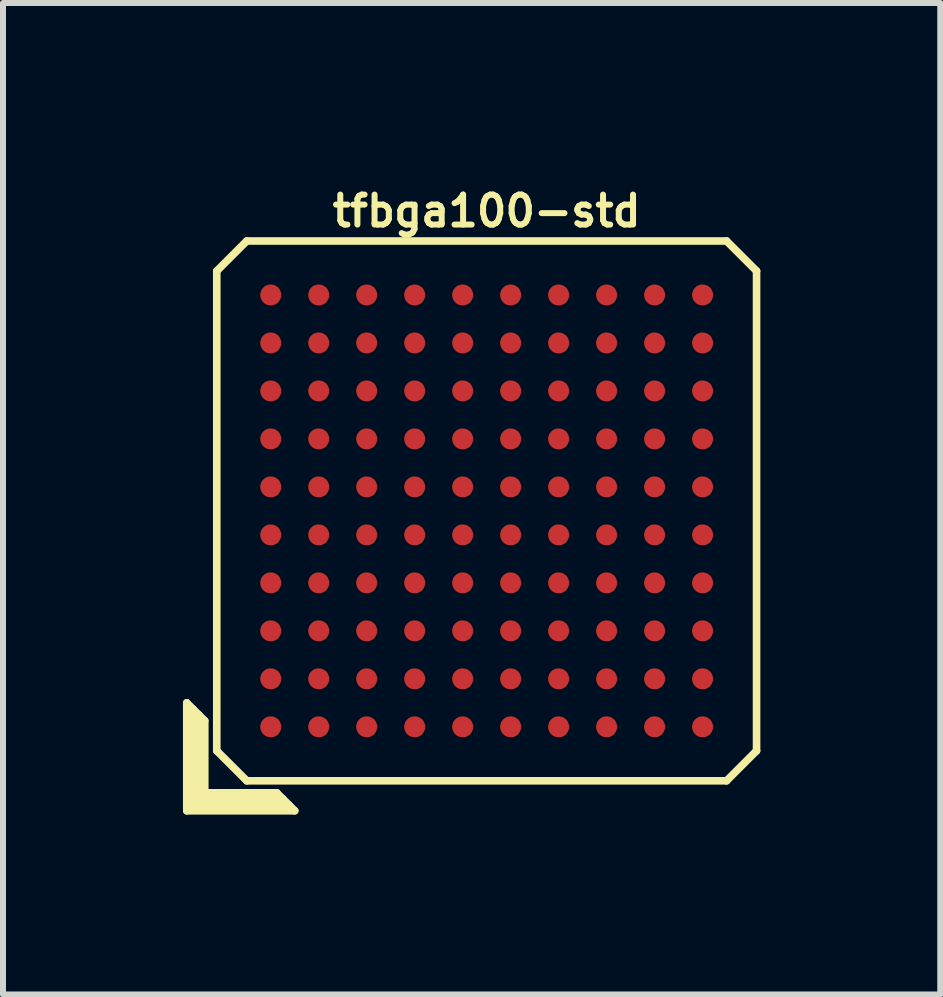
<source format=kicad_pcb>
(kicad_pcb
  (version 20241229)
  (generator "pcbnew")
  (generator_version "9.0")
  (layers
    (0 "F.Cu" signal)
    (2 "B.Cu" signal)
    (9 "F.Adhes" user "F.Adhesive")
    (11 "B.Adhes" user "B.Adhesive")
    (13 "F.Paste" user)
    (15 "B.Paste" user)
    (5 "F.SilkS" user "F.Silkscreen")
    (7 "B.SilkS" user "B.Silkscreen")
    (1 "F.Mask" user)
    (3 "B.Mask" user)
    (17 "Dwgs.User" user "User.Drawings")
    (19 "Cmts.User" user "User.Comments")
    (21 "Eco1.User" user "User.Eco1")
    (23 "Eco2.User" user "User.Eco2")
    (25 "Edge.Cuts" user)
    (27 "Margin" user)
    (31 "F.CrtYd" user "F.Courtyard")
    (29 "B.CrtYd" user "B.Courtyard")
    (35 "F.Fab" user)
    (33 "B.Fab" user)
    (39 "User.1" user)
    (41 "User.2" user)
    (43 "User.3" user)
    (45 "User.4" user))
  (footprint "tfbga100-std"
    (layer "F.Cu")
    (at 5.064 5.468)
    (property "Reference" "tfbga100-std" (at 0 -5 0) (layer "F.SilkS") (effects (font (size 0.5 0.5) (thickness 0.1))))
    (attr through_hole)
    (fp_line (start -5 3.2) (end -4.7 3.5) (stroke (width 0.127) (type solid)) (layer "F.SilkS"))
    (fp_line (start -5 5) (end -5 3.2) (stroke (width 0.127) (type solid)) (layer "F.SilkS"))
    (fp_line (start -4.9 4.9) (end -4.9 3.3) (stroke (width 0.127) (type solid)) (layer "F.SilkS"))
    (fp_line (start -4.8 3.4) (end -4.8 4.8) (stroke (width 0.127) (type solid)) (layer "F.SilkS"))
    (fp_line (start -4.8 4.8) (end -3.4 4.8) (stroke (width 0.127) (type solid)) (layer "F.SilkS"))
    (fp_line (start -4.7 3.5) (end -4.7 4.7) (stroke (width 0.127) (type solid)) (layer "F.SilkS"))
    (fp_line (start -4.7 4.7) (end -3.5 4.7) (stroke (width 0.127) (type solid)) (layer "F.SilkS"))
    (fp_line (start -4.5 -4) (end -4 -4.5) (stroke (width 0.127) (type solid)) (layer "F.SilkS"))
    (fp_line (start -4.5 4) (end -4.5 -4) (stroke (width 0.127) (type solid)) (layer "F.SilkS"))
    (fp_line (start -4 -4.5) (end 4 -4.5) (stroke (width 0.127) (type solid)) (layer "F.SilkS"))
    (fp_line (start -4 4.5) (end -4.5 4) (stroke (width 0.127) (type solid)) (layer "F.SilkS"))
    (fp_line (start -3.5 4.7) (end -3.2 5) (stroke (width 0.127) (type solid)) (layer "F.SilkS"))
    (fp_line (start -3.3 4.9) (end -4.9 4.9) (stroke (width 0.127) (type solid)) (layer "F.SilkS"))
    (fp_line (start -3.2 5) (end -5 5) (stroke (width 0.127) (type solid)) (layer "F.SilkS"))
    (fp_line (start 4 -4.5) (end 4.5 -4) (stroke (width 0.127) (type solid)) (layer "F.SilkS"))
    (fp_line (start 4 4.5) (end -4 4.5) (stroke (width 0.127) (type solid)) (layer "F.SilkS"))
    (fp_line (start 4.5 -4) (end 4.5 4) (stroke (width 0.127) (type solid)) (layer "F.SilkS"))
    (fp_line (start 4.5 4) (end 4 4.5) (stroke (width 0.127) (type solid)) (layer "F.SilkS"))
    (pad "A1" smd circle (at -3.6 3.6) (size 0.35 0.35) (layers "F.Cu" "F.Mask" "F.Paste"))
    (pad "A2" smd circle (at -3.6 2.8) (size 0.35 0.35) (layers "F.Cu" "F.Mask" "F.Paste"))
    (pad "A3" smd circle (at -3.6 2) (size 0.35 0.35) (layers "F.Cu" "F.Mask" "F.Paste"))
    (pad "A4" smd circle (at -3.6 1.2) (size 0.35 0.35) (layers "F.Cu" "F.Mask" "F.Paste"))
    (pad "A5" smd circle (at -3.6 0.4) (size 0.35 0.35) (layers "F.Cu" "F.Mask" "F.Paste"))
    (pad "A6" smd circle (at -3.6 -0.4) (size 0.35 0.35) (layers "F.Cu" "F.Mask" "F.Paste"))
    (pad "A7" smd circle (at -3.6 -1.2) (size 0.35 0.35) (layers "F.Cu" "F.Mask" "F.Paste"))
    (pad "A8" smd circle (at -3.6 -2) (size 0.35 0.35) (layers "F.Cu" "F.Mask" "F.Paste"))
    (pad "A9" smd circle (at -3.6 -2.8) (size 0.35 0.35) (layers "F.Cu" "F.Mask" "F.Paste"))
    (pad "A10" smd circle (at -3.6 -3.6) (size 0.35 0.35) (layers "F.Cu" "F.Mask" "F.Paste"))
    (pad "B1" smd circle (at -2.8 3.6) (size 0.35 0.35) (layers "F.Cu" "F.Mask" "F.Paste"))
    (pad "B2" smd circle (at -2.8 2.8) (size 0.35 0.35) (layers "F.Cu" "F.Mask" "F.Paste"))
    (pad "B3" smd circle (at -2.8 2) (size 0.35 0.35) (layers "F.Cu" "F.Mask" "F.Paste"))
    (pad "B4" smd circle (at -2.8 1.2) (size 0.35 0.35) (layers "F.Cu" "F.Mask" "F.Paste"))
    (pad "B5" smd circle (at -2.8 0.4) (size 0.35 0.35) (layers "F.Cu" "F.Mask" "F.Paste"))
    (pad "B6" smd circle (at -2.8 -0.4) (size 0.35 0.35) (layers "F.Cu" "F.Mask" "F.Paste"))
    (pad "B7" smd circle (at -2.8 -1.2) (size 0.35 0.35) (layers "F.Cu" "F.Mask" "F.Paste"))
    (pad "B8" smd circle (at -2.8 -2) (size 0.35 0.35) (layers "F.Cu" "F.Mask" "F.Paste"))
    (pad "B9" smd circle (at -2.8 -2.8) (size 0.35 0.35) (layers "F.Cu" "F.Mask" "F.Paste"))
    (pad "B10" smd circle (at -2.8 -3.6) (size 0.35 0.35) (layers "F.Cu" "F.Mask" "F.Paste"))
    (pad "C1" smd circle (at -2 3.6) (size 0.35 0.35) (layers "F.Cu" "F.Mask" "F.Paste"))
    (pad "C2" smd circle (at -2 2.8) (size 0.35 0.35) (layers "F.Cu" "F.Mask" "F.Paste"))
    (pad "C3" smd circle (at -2 2) (size 0.35 0.35) (layers "F.Cu" "F.Mask" "F.Paste"))
    (pad "C4" smd circle (at -2 1.2) (size 0.35 0.35) (layers "F.Cu" "F.Mask" "F.Paste"))
    (pad "C5" smd circle (at -2 0.4) (size 0.35 0.35) (layers "F.Cu" "F.Mask" "F.Paste"))
    (pad "C6" smd circle (at -2 -0.4) (size 0.35 0.35) (layers "F.Cu" "F.Mask" "F.Paste"))
    (pad "C7" smd circle (at -2 -1.2) (size 0.35 0.35) (layers "F.Cu" "F.Mask" "F.Paste"))
    (pad "C8" smd circle (at -2 -2) (size 0.35 0.35) (layers "F.Cu" "F.Mask" "F.Paste"))
    (pad "C9" smd circle (at -2 -2.8) (size 0.35 0.35) (layers "F.Cu" "F.Mask" "F.Paste"))
    (pad "C10" smd circle (at -2 -3.6) (size 0.35 0.35) (layers "F.Cu" "F.Mask" "F.Paste"))
    (pad "D1" smd circle (at -1.2 3.6) (size 0.35 0.35) (layers "F.Cu" "F.Mask" "F.Paste"))
    (pad "D2" smd circle (at -1.2 2.8) (size 0.35 0.35) (layers "F.Cu" "F.Mask" "F.Paste"))
    (pad "D3" smd circle (at -1.2 2) (size 0.35 0.35) (layers "F.Cu" "F.Mask" "F.Paste"))
    (pad "D4" smd circle (at -1.2 1.2) (size 0.35 0.35) (layers "F.Cu" "F.Mask" "F.Paste"))
    (pad "D5" smd circle (at -1.2 0.4) (size 0.35 0.35) (layers "F.Cu" "F.Mask" "F.Paste"))
    (pad "D6" smd circle (at -1.2 -0.4) (size 0.35 0.35) (layers "F.Cu" "F.Mask" "F.Paste"))
    (pad "D7" smd circle (at -1.2 -1.2) (size 0.35 0.35) (layers "F.Cu" "F.Mask" "F.Paste"))
    (pad "D8" smd circle (at -1.2 -2) (size 0.35 0.35) (layers "F.Cu" "F.Mask" "F.Paste"))
    (pad "D9" smd circle (at -1.2 -2.8) (size 0.35 0.35) (layers "F.Cu" "F.Mask" "F.Paste"))
    (pad "D10" smd circle (at -1.2 -3.6) (size 0.35 0.35) (layers "F.Cu" "F.Mask" "F.Paste"))
    (pad "E1" smd circle (at -0.4 3.6) (size 0.35 0.35) (layers "F.Cu" "F.Mask" "F.Paste"))
    (pad "E2" smd circle (at -0.4 2.8) (size 0.35 0.35) (layers "F.Cu" "F.Mask" "F.Paste"))
    (pad "E3" smd circle (at -0.4 2) (size 0.35 0.35) (layers "F.Cu" "F.Mask" "F.Paste"))
    (pad "E4" smd circle (at -0.4 1.2) (size 0.35 0.35) (layers "F.Cu" "F.Mask" "F.Paste"))
    (pad "E5" smd circle (at -0.4 0.4) (size 0.35 0.35) (layers "F.Cu" "F.Mask" "F.Paste"))
    (pad "E6" smd circle (at -0.4 -0.4) (size 0.35 0.35) (layers "F.Cu" "F.Mask" "F.Paste"))
    (pad "E7" smd circle (at -0.4 -1.2) (size 0.35 0.35) (layers "F.Cu" "F.Mask" "F.Paste"))
    (pad "E8" smd circle (at -0.4 -2) (size 0.35 0.35) (layers "F.Cu" "F.Mask" "F.Paste"))
    (pad "E9" smd circle (at -0.4 -2.8) (size 0.35 0.35) (layers "F.Cu" "F.Mask" "F.Paste"))
    (pad "E10" smd circle (at -0.4 -3.6) (size 0.35 0.35) (layers "F.Cu" "F.Mask" "F.Paste"))
    (pad "F1" smd circle (at 0.4 3.6) (size 0.35 0.35) (layers "F.Cu" "F.Mask" "F.Paste"))
    (pad "F2" smd circle (at 0.4 2.8) (size 0.35 0.35) (layers "F.Cu" "F.Mask" "F.Paste"))
    (pad "F3" smd circle (at 0.4 2) (size 0.35 0.35) (layers "F.Cu" "F.Mask" "F.Paste"))
    (pad "F4" smd circle (at 0.4 1.2) (size 0.35 0.35) (layers "F.Cu" "F.Mask" "F.Paste"))
    (pad "F5" smd circle (at 0.4 0.4) (size 0.35 0.35) (layers "F.Cu" "F.Mask" "F.Paste"))
    (pad "F6" smd circle (at 0.4 -0.4) (size 0.35 0.35) (layers "F.Cu" "F.Mask" "F.Paste"))
    (pad "F7" smd circle (at 0.4 -1.2) (size 0.35 0.35) (layers "F.Cu" "F.Mask" "F.Paste"))
    (pad "F8" smd circle (at 0.4 -2) (size 0.35 0.35) (layers "F.Cu" "F.Mask" "F.Paste"))
    (pad "F9" smd circle (at 0.4 -2.8) (size 0.35 0.35) (layers "F.Cu" "F.Mask" "F.Paste"))
    (pad "F10" smd circle (at 0.4 -3.6) (size 0.35 0.35) (layers "F.Cu" "F.Mask" "F.Paste"))
    (pad "G1" smd circle (at 1.2 3.6) (size 0.35 0.35) (layers "F.Cu" "F.Mask" "F.Paste"))
    (pad "G2" smd circle (at 1.2 2.8) (size 0.35 0.35) (layers "F.Cu" "F.Mask" "F.Paste"))
    (pad "G3" smd circle (at 1.2 2) (size 0.35 0.35) (layers "F.Cu" "F.Mask" "F.Paste"))
    (pad "G4" smd circle (at 1.2 1.2) (size 0.35 0.35) (layers "F.Cu" "F.Mask" "F.Paste"))
    (pad "G5" smd circle (at 1.2 0.4) (size 0.35 0.35) (layers "F.Cu" "F.Mask" "F.Paste"))
    (pad "G6" smd circle (at 1.2 -0.4) (size 0.35 0.35) (layers "F.Cu" "F.Mask" "F.Paste"))
    (pad "G7" smd circle (at 1.2 -1.2) (size 0.35 0.35) (layers "F.Cu" "F.Mask" "F.Paste"))
    (pad "G8" smd circle (at 1.2 -2) (size 0.35 0.35) (layers "F.Cu" "F.Mask" "F.Paste"))
    (pad "G9" smd circle (at 1.2 -2.8) (size 0.35 0.35) (layers "F.Cu" "F.Mask" "F.Paste"))
    (pad "G10" smd circle (at 1.2 -3.6) (size 0.35 0.35) (layers "F.Cu" "F.Mask" "F.Paste"))
    (pad "H1" smd circle (at 2 3.6) (size 0.35 0.35) (layers "F.Cu" "F.Mask" "F.Paste"))
    (pad "H2" smd circle (at 2 2.8) (size 0.35 0.35) (layers "F.Cu" "F.Mask" "F.Paste"))
    (pad "H3" smd circle (at 2 2) (size 0.35 0.35) (layers "F.Cu" "F.Mask" "F.Paste"))
    (pad "H4" smd circle (at 2 1.2) (size 0.35 0.35) (layers "F.Cu" "F.Mask" "F.Paste"))
    (pad "H5" smd circle (at 2 0.4) (size 0.35 0.35) (layers "F.Cu" "F.Mask" "F.Paste"))
    (pad "H6" smd circle (at 2 -0.4) (size 0.35 0.35) (layers "F.Cu" "F.Mask" "F.Paste"))
    (pad "H7" smd circle (at 2 -1.2) (size 0.35 0.35) (layers "F.Cu" "F.Mask" "F.Paste"))
    (pad "H8" smd circle (at 2 -2) (size 0.35 0.35) (layers "F.Cu" "F.Mask" "F.Paste"))
    (pad "H9" smd circle (at 2 -2.8) (size 0.35 0.35) (layers "F.Cu" "F.Mask" "F.Paste"))
    (pad "H10" smd circle (at 2 -3.6) (size 0.35 0.35) (layers "F.Cu" "F.Mask" "F.Paste"))
    (pad "J1" smd circle (at 2.8 3.6) (size 0.35 0.35) (layers "F.Cu" "F.Mask" "F.Paste"))
    (pad "J2" smd circle (at 2.8 2.8) (size 0.35 0.35) (layers "F.Cu" "F.Mask" "F.Paste"))
    (pad "J3" smd circle (at 2.8 2) (size 0.35 0.35) (layers "F.Cu" "F.Mask" "F.Paste"))
    (pad "J4" smd circle (at 2.8 1.2) (size 0.35 0.35) (layers "F.Cu" "F.Mask" "F.Paste"))
    (pad "J5" smd circle (at 2.8 0.4) (size 0.35 0.35) (layers "F.Cu" "F.Mask" "F.Paste"))
    (pad "J6" smd circle (at 2.8 -0.4) (size 0.35 0.35) (layers "F.Cu" "F.Mask" "F.Paste"))
    (pad "J7" smd circle (at 2.8 -1.2) (size 0.35 0.35) (layers "F.Cu" "F.Mask" "F.Paste"))
    (pad "J8" smd circle (at 2.8 -2) (size 0.35 0.35) (layers "F.Cu" "F.Mask" "F.Paste"))
    (pad "J9" smd circle (at 2.8 -2.8) (size 0.35 0.35) (layers "F.Cu" "F.Mask" "F.Paste"))
    (pad "J10" smd circle (at 2.8 -3.6) (size 0.35 0.35) (layers "F.Cu" "F.Mask" "F.Paste"))
    (pad "K1" smd circle (at 3.6 3.6) (size 0.35 0.35) (layers "F.Cu" "F.Mask" "F.Paste"))
    (pad "K2" smd circle (at 3.6 2.8) (size 0.35 0.35) (layers "F.Cu" "F.Mask" "F.Paste"))
    (pad "K3" smd circle (at 3.6 2) (size 0.35 0.35) (layers "F.Cu" "F.Mask" "F.Paste"))
    (pad "K4" smd circle (at 3.6 1.2) (size 0.35 0.35) (layers "F.Cu" "F.Mask" "F.Paste"))
    (pad "K5" smd circle (at 3.6 0.4) (size 0.35 0.35) (layers "F.Cu" "F.Mask" "F.Paste"))
    (pad "K6" smd circle (at 3.6 -0.4) (size 0.35 0.35) (layers "F.Cu" "F.Mask" "F.Paste"))
    (pad "K7" smd circle (at 3.6 -1.2) (size 0.35 0.35) (layers "F.Cu" "F.Mask" "F.Paste"))
    (pad "K8" smd circle (at 3.6 -2) (size 0.35 0.35) (layers "F.Cu" "F.Mask" "F.Paste"))
    (pad "K9" smd circle (at 3.6 -2.8) (size 0.35 0.35) (layers "F.Cu" "F.Mask" "F.Paste"))
    (pad "K10" smd circle (at 3.6 -3.6) (size 0.35 0.35) (layers "F.Cu" "F.Mask" "F.Paste")))
  (gr_rect
    (start -3 -3)
    (end 12.627 13.531)
    (stroke (width 0.1) (type default))
    (fill no)
    (layer "Edge.Cuts")))
</source>
